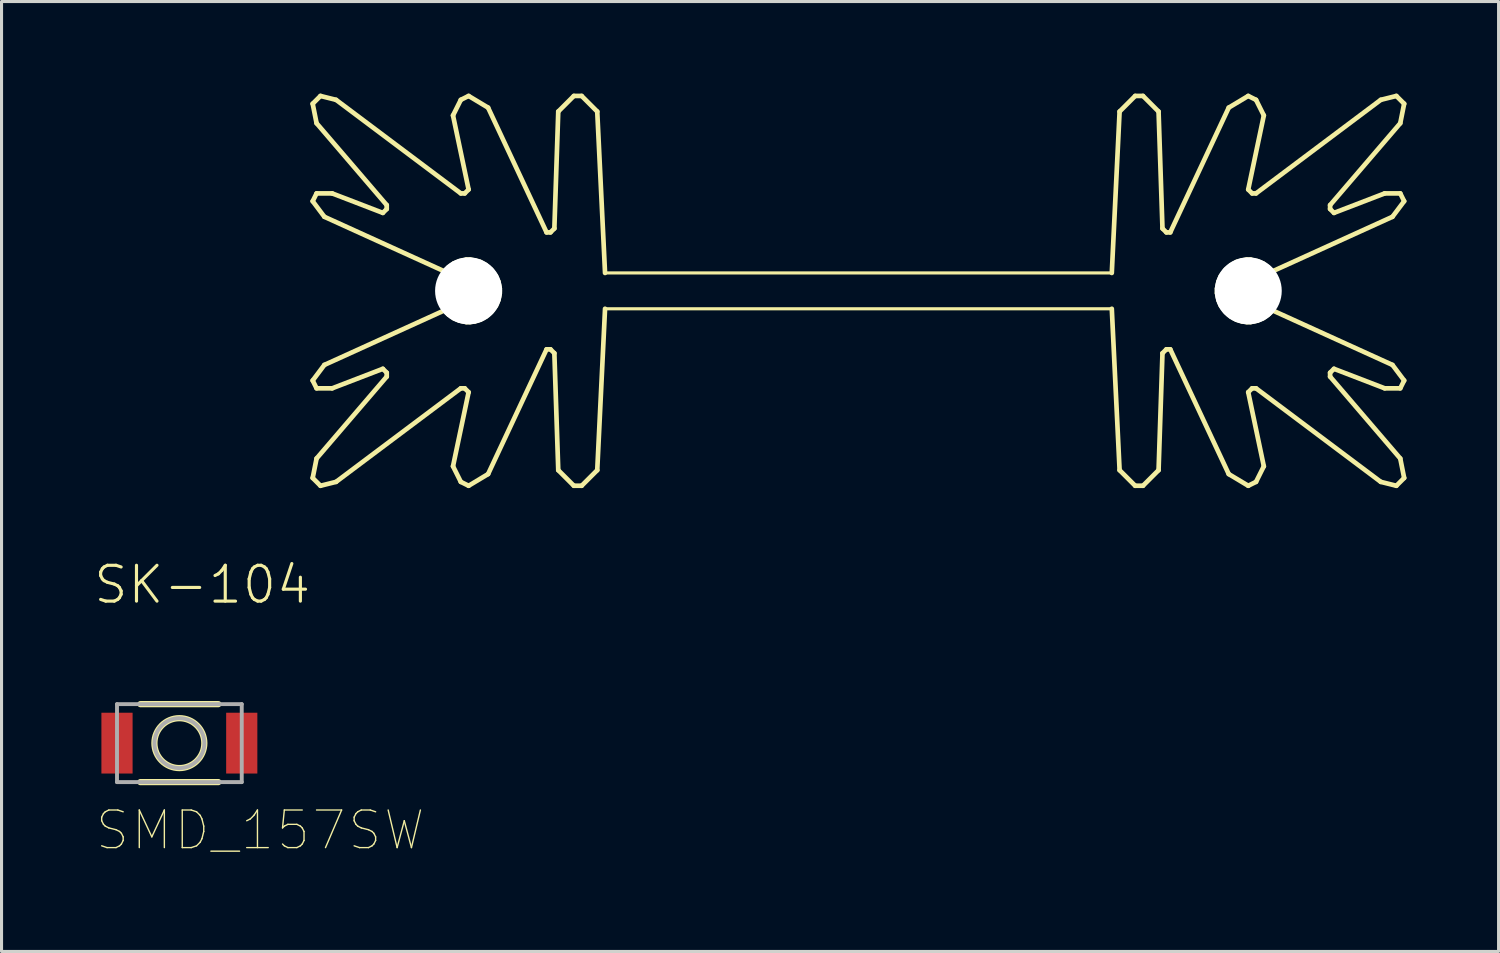
<source format=kicad_pcb>
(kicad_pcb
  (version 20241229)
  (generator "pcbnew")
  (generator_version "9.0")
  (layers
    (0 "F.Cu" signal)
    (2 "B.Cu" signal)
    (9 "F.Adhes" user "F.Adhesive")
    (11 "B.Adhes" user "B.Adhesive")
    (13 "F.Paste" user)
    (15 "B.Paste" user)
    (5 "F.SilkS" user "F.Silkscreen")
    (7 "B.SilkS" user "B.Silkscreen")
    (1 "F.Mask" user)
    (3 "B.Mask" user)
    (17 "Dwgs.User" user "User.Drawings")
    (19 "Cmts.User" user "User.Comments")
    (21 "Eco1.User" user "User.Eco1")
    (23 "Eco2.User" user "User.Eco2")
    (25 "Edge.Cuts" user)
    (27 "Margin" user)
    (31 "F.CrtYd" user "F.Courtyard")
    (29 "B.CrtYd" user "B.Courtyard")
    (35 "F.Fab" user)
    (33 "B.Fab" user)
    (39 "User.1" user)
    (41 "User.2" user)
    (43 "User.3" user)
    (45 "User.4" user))
  (footprint "SK-104"
    (layer "F.Cu")
    (at 24.917 6.426)
    (property "Reference" "SK-104" (at -17.78 8.89 0) (unlocked yes) (layer "F.SilkS") (effects (font (size 1.168 1.168) (thickness 0.102)) (justify right top)))
    (fp_line (start -17.78 -6.096) (end -17.653 -5.461) (stroke (width 0.152) (type solid)) (layer "F.SilkS"))
    (fp_line (start -17.78 -2.921) (end -17.653 -3.175) (stroke (width 0.152) (type solid)) (layer "F.SilkS"))
    (fp_line (start -17.78 -2.921) (end -17.399 -2.413) (stroke (width 0.152) (type solid)) (layer "F.SilkS"))
    (fp_line (start -17.78 2.921) (end -17.653 3.175) (stroke (width 0.152) (type solid)) (layer "F.SilkS"))
    (fp_line (start -17.78 2.921) (end -17.399 2.413) (stroke (width 0.152) (type solid)) (layer "F.SilkS"))
    (fp_line (start -17.78 6.096) (end -17.653 5.461) (stroke (width 0.152) (type solid)) (layer "F.SilkS"))
    (fp_line (start -17.653 -3.175) (end -17.145 -3.175) (stroke (width 0.152) (type solid)) (layer "F.SilkS"))
    (fp_line (start -17.653 3.175) (end -17.145 3.175) (stroke (width 0.152) (type solid)) (layer "F.SilkS"))
    (fp_line (start -17.526 -6.35) (end -17.78 -6.096) (stroke (width 0.152) (type solid)) (layer "F.SilkS"))
    (fp_line (start -17.526 6.35) (end -17.78 6.096) (stroke (width 0.152) (type solid)) (layer "F.SilkS"))
    (fp_line (start -17.399 -2.413) (end -13.487 -0.635) (stroke (width 0.152) (type solid)) (layer "F.SilkS"))
    (fp_line (start -17.399 2.413) (end -13.487 0.635) (stroke (width 0.152) (type solid)) (layer "F.SilkS"))
    (fp_line (start -17.018 -6.223) (end -17.526 -6.35) (stroke (width 0.152) (type solid)) (layer "F.SilkS"))
    (fp_line (start -17.018 6.223) (end -17.526 6.35) (stroke (width 0.152) (type solid)) (layer "F.SilkS"))
    (fp_line (start -15.494 -2.54) (end -17.145 -3.175) (stroke (width 0.152) (type solid)) (layer "F.SilkS"))
    (fp_line (start -15.494 2.54) (end -17.145 3.175) (stroke (width 0.152) (type solid)) (layer "F.SilkS"))
    (fp_line (start -15.367 -2.794) (end -17.653 -5.461) (stroke (width 0.152) (type solid)) (layer "F.SilkS"))
    (fp_line (start -15.367 -2.667) (end -15.494 -2.54) (stroke (width 0.152) (type solid)) (layer "F.SilkS"))
    (fp_line (start -15.367 -2.667) (end -15.367 -2.794) (stroke (width 0.152) (type solid)) (layer "F.SilkS"))
    (fp_line (start -15.367 2.667) (end -15.494 2.54) (stroke (width 0.152) (type solid)) (layer "F.SilkS"))
    (fp_line (start -15.367 2.667) (end -15.367 2.794) (stroke (width 0.152) (type solid)) (layer "F.SilkS"))
    (fp_line (start -15.367 2.794) (end -17.653 5.461) (stroke (width 0.152) (type solid)) (layer "F.SilkS"))
    (fp_line (start -13.487 -0.635) (end -13.36 -0.762) (stroke (width 0.152) (type solid)) (layer "F.SilkS"))
    (fp_line (start -13.487 0.635) (end -13.36 0.762) (stroke (width 0.152) (type solid)) (layer "F.SilkS"))
    (fp_line (start -13.36 -0.762) (end -13.183 -0.889) (stroke (width 0.152) (type solid)) (layer "F.SilkS"))
    (fp_line (start -13.36 0.762) (end -13.183 0.889) (stroke (width 0.152) (type solid)) (layer "F.SilkS"))
    (fp_line (start -13.183 -0.889) (end -13.005 -0.965) (stroke (width 0.152) (type solid)) (layer "F.SilkS"))
    (fp_line (start -13.183 0.889) (end -13.005 0.965) (stroke (width 0.152) (type solid)) (layer "F.SilkS"))
    (fp_line (start -13.005 -0.965) (end -12.776 -1.016) (stroke (width 0.152) (type solid)) (layer "F.SilkS"))
    (fp_line (start -13.005 0.965) (end -12.776 1.016) (stroke (width 0.152) (type solid)) (layer "F.SilkS"))
    (fp_line (start -12.954 -6.223) (end -13.208 -5.715) (stroke (width 0.152) (type solid)) (layer "F.SilkS"))
    (fp_line (start -12.954 -3.175) (end -17.018 -6.223) (stroke (width 0.152) (type solid)) (layer "F.SilkS"))
    (fp_line (start -12.954 3.175) (end -17.018 6.223) (stroke (width 0.152) (type solid)) (layer "F.SilkS"))
    (fp_line (start -12.954 6.223) (end -13.208 5.715) (stroke (width 0.152) (type solid)) (layer "F.SilkS"))
    (fp_line (start -12.827 -3.175) (end -12.954 -3.175) (stroke (width 0.152) (type solid)) (layer "F.SilkS"))
    (fp_line (start -12.827 -3.175) (end -12.7 -3.302) (stroke (width 0.152) (type solid)) (layer "F.SilkS"))
    (fp_line (start -12.827 3.175) (end -12.954 3.175) (stroke (width 0.152) (type solid)) (layer "F.SilkS"))
    (fp_line (start -12.827 3.175) (end -12.7 3.302) (stroke (width 0.152) (type solid)) (layer "F.SilkS"))
    (fp_line (start -12.776 -1.016) (end -12.649 -1.016) (stroke (width 0.152) (type solid)) (layer "F.SilkS"))
    (fp_line (start -12.776 1.016) (end -12.649 1.016) (stroke (width 0.152) (type solid)) (layer "F.SilkS"))
    (fp_line (start -12.7 -6.35) (end -12.954 -6.223) (stroke (width 0.152) (type solid)) (layer "F.SilkS"))
    (fp_line (start -12.7 -3.302) (end -13.208 -5.715) (stroke (width 0.152) (type solid)) (layer "F.SilkS"))
    (fp_line (start -12.7 3.302) (end -13.208 5.715) (stroke (width 0.152) (type solid)) (layer "F.SilkS"))
    (fp_line (start -12.7 6.35) (end -12.954 6.223) (stroke (width 0.152) (type solid)) (layer "F.SilkS"))
    (fp_line (start -12.649 -1.016) (end -12.497 -0.991) (stroke (width 0.152) (type solid)) (layer "F.SilkS"))
    (fp_line (start -12.649 1.016) (end -12.497 0.991) (stroke (width 0.152) (type solid)) (layer "F.SilkS"))
    (fp_line (start -12.497 -0.991) (end -12.319 -0.94) (stroke (width 0.152) (type solid)) (layer "F.SilkS"))
    (fp_line (start -12.497 0.991) (end -12.319 0.94) (stroke (width 0.152) (type solid)) (layer "F.SilkS"))
    (fp_line (start -12.319 -0.94) (end -12.141 -0.838) (stroke (width 0.152) (type solid)) (layer "F.SilkS"))
    (fp_line (start -12.319 0.94) (end -12.141 0.838) (stroke (width 0.152) (type solid)) (layer "F.SilkS"))
    (fp_line (start -12.141 -0.838) (end -11.963 -0.686) (stroke (width 0.152) (type solid)) (layer "F.SilkS"))
    (fp_line (start -12.141 0.838) (end -11.963 0.686) (stroke (width 0.152) (type solid)) (layer "F.SilkS"))
    (fp_line (start -12.065 -5.969) (end -12.7 -6.35) (stroke (width 0.152) (type solid)) (layer "F.SilkS"))
    (fp_line (start -12.065 5.969) (end -12.7 6.35) (stroke (width 0.152) (type solid)) (layer "F.SilkS"))
    (fp_line (start -11.963 -0.686) (end -11.811 -0.483) (stroke (width 0.152) (type solid)) (layer "F.SilkS"))
    (fp_line (start -11.963 0.686) (end -11.811 0.483) (stroke (width 0.152) (type solid)) (layer "F.SilkS"))
    (fp_line (start -11.811 -0.483) (end -11.735 -0.305) (stroke (width 0.152) (type solid)) (layer "F.SilkS"))
    (fp_line (start -11.811 0.483) (end -11.735 0.305) (stroke (width 0.152) (type solid)) (layer "F.SilkS"))
    (fp_line (start -11.735 -0.305) (end -11.684 -0.076) (stroke (width 0.152) (type solid)) (layer "F.SilkS"))
    (fp_line (start -11.735 0.305) (end -11.684 0.076) (stroke (width 0.152) (type solid)) (layer "F.SilkS"))
    (fp_line (start -11.684 -0.076) (end -11.684 0.076) (stroke (width 0.152) (type solid)) (layer "F.SilkS"))
    (fp_line (start -10.16 -1.905) (end -12.065 -5.969) (stroke (width 0.152) (type solid)) (layer "F.SilkS"))
    (fp_line (start -10.16 -1.905) (end -10.033 -1.905) (stroke (width 0.152) (type solid)) (layer "F.SilkS"))
    (fp_line (start -10.16 1.905) (end -12.065 5.969) (stroke (width 0.152) (type solid)) (layer "F.SilkS"))
    (fp_line (start -10.16 1.905) (end -10.033 1.905) (stroke (width 0.152) (type solid)) (layer "F.SilkS"))
    (fp_line (start -10.033 -1.905) (end -9.906 -2.032) (stroke (width 0.152) (type solid)) (layer "F.SilkS"))
    (fp_line (start -10.033 1.905) (end -9.906 2.032) (stroke (width 0.152) (type solid)) (layer "F.SilkS"))
    (fp_line (start -9.906 -2.032) (end -9.779 -5.842) (stroke (width 0.152) (type solid)) (layer "F.SilkS"))
    (fp_line (start -9.906 2.032) (end -9.779 5.842) (stroke (width 0.152) (type solid)) (layer "F.SilkS"))
    (fp_line (start -9.271 -6.35) (end -9.779 -5.842) (stroke (width 0.152) (type solid)) (layer "F.SilkS"))
    (fp_line (start -9.271 -6.35) (end -9.017 -6.35) (stroke (width 0.152) (type solid)) (layer "F.SilkS"))
    (fp_line (start -9.271 6.35) (end -9.779 5.842) (stroke (width 0.152) (type solid)) (layer "F.SilkS"))
    (fp_line (start -9.271 6.35) (end -9.017 6.35) (stroke (width 0.152) (type solid)) (layer "F.SilkS"))
    (fp_line (start -9.017 -6.35) (end -8.509 -5.842) (stroke (width 0.152) (type solid)) (layer "F.SilkS"))
    (fp_line (start -9.017 6.35) (end -8.509 5.842) (stroke (width 0.152) (type solid)) (layer "F.SilkS"))
    (fp_line (start -8.255 -0.584) (end -8.509 -5.842) (stroke (width 0.152) (type solid)) (layer "F.SilkS"))
    (fp_line (start -8.255 0.584) (end -8.509 5.842) (stroke (width 0.152) (type solid)) (layer "F.SilkS"))
    (fp_line (start 8.255 -0.584) (end 8.509 -5.842) (stroke (width 0.152) (type solid)) (layer "F.SilkS"))
    (fp_line (start 8.255 0.584) (end 8.509 5.842) (stroke (width 0.152) (type solid)) (layer "F.SilkS"))
    (fp_line (start 9.017 -6.35) (end 8.509 -5.842) (stroke (width 0.152) (type solid)) (layer "F.SilkS"))
    (fp_line (start 9.017 6.35) (end 8.509 5.842) (stroke (width 0.152) (type solid)) (layer "F.SilkS"))
    (fp_line (start 9.271 -6.35) (end 9.017 -6.35) (stroke (width 0.152) (type solid)) (layer "F.SilkS"))
    (fp_line (start 9.271 -6.35) (end 9.779 -5.842) (stroke (width 0.152) (type solid)) (layer "F.SilkS"))
    (fp_line (start 9.271 6.35) (end 9.017 6.35) (stroke (width 0.152) (type solid)) (layer "F.SilkS"))
    (fp_line (start 9.271 6.35) (end 9.779 5.842) (stroke (width 0.152) (type solid)) (layer "F.SilkS"))
    (fp_line (start 9.906 -2.032) (end 9.779 -5.842) (stroke (width 0.152) (type solid)) (layer "F.SilkS"))
    (fp_line (start 9.906 2.032) (end 9.779 5.842) (stroke (width 0.152) (type solid)) (layer "F.SilkS"))
    (fp_line (start 10.033 -1.905) (end 9.906 -2.032) (stroke (width 0.152) (type solid)) (layer "F.SilkS"))
    (fp_line (start 10.033 1.905) (end 9.906 2.032) (stroke (width 0.152) (type solid)) (layer "F.SilkS"))
    (fp_line (start 10.16 -1.905) (end 10.033 -1.905) (stroke (width 0.152) (type solid)) (layer "F.SilkS"))
    (fp_line (start 10.16 -1.905) (end 12.065 -5.969) (stroke (width 0.152) (type solid)) (layer "F.SilkS"))
    (fp_line (start 10.16 1.905) (end 10.033 1.905) (stroke (width 0.152) (type solid)) (layer "F.SilkS"))
    (fp_line (start 10.16 1.905) (end 12.065 5.969) (stroke (width 0.152) (type solid)) (layer "F.SilkS"))
    (fp_line (start 11.684 0.076) (end 11.684 -0.076) (stroke (width 0.152) (type solid)) (layer "F.SilkS"))
    (fp_line (start 11.735 -0.305) (end 11.684 -0.076) (stroke (width 0.152) (type solid)) (layer "F.SilkS"))
    (fp_line (start 11.735 0.305) (end 11.684 0.076) (stroke (width 0.152) (type solid)) (layer "F.SilkS"))
    (fp_line (start 11.811 -0.483) (end 11.735 -0.305) (stroke (width 0.152) (type solid)) (layer "F.SilkS"))
    (fp_line (start 11.811 0.483) (end 11.735 0.305) (stroke (width 0.152) (type solid)) (layer "F.SilkS"))
    (fp_line (start 11.963 -0.686) (end 11.811 -0.483) (stroke (width 0.152) (type solid)) (layer "F.SilkS"))
    (fp_line (start 11.963 0.686) (end 11.811 0.483) (stroke (width 0.152) (type solid)) (layer "F.SilkS"))
    (fp_line (start 12.065 -5.969) (end 12.7 -6.35) (stroke (width 0.152) (type solid)) (layer "F.SilkS"))
    (fp_line (start 12.065 5.969) (end 12.7 6.35) (stroke (width 0.152) (type solid)) (layer "F.SilkS"))
    (fp_line (start 12.141 -0.838) (end 11.963 -0.686) (stroke (width 0.152) (type solid)) (layer "F.SilkS"))
    (fp_line (start 12.141 0.838) (end 11.963 0.686) (stroke (width 0.152) (type solid)) (layer "F.SilkS"))
    (fp_line (start 12.319 -0.94) (end 12.141 -0.838) (stroke (width 0.152) (type solid)) (layer "F.SilkS"))
    (fp_line (start 12.319 0.94) (end 12.141 0.838) (stroke (width 0.152) (type solid)) (layer "F.SilkS"))
    (fp_line (start 12.497 -0.991) (end 12.319 -0.94) (stroke (width 0.152) (type solid)) (layer "F.SilkS"))
    (fp_line (start 12.497 0.991) (end 12.319 0.94) (stroke (width 0.152) (type solid)) (layer "F.SilkS"))
    (fp_line (start 12.649 -1.016) (end 12.497 -0.991) (stroke (width 0.152) (type solid)) (layer "F.SilkS"))
    (fp_line (start 12.649 1.016) (end 12.497 0.991) (stroke (width 0.152) (type solid)) (layer "F.SilkS"))
    (fp_line (start 12.7 -6.35) (end 12.954 -6.223) (stroke (width 0.152) (type solid)) (layer "F.SilkS"))
    (fp_line (start 12.7 -3.302) (end 13.208 -5.715) (stroke (width 0.152) (type solid)) (layer "F.SilkS"))
    (fp_line (start 12.7 3.302) (end 13.208 5.715) (stroke (width 0.152) (type solid)) (layer "F.SilkS"))
    (fp_line (start 12.7 6.35) (end 12.954 6.223) (stroke (width 0.152) (type solid)) (layer "F.SilkS"))
    (fp_line (start 12.776 -1.016) (end 12.649 -1.016) (stroke (width 0.152) (type solid)) (layer "F.SilkS"))
    (fp_line (start 12.776 1.016) (end 12.649 1.016) (stroke (width 0.152) (type solid)) (layer "F.SilkS"))
    (fp_line (start 12.827 -3.175) (end 12.7 -3.302) (stroke (width 0.152) (type solid)) (layer "F.SilkS"))
    (fp_line (start 12.827 -3.175) (end 12.954 -3.175) (stroke (width 0.152) (type solid)) (layer "F.SilkS"))
    (fp_line (start 12.827 3.175) (end 12.7 3.302) (stroke (width 0.152) (type solid)) (layer "F.SilkS"))
    (fp_line (start 12.827 3.175) (end 12.954 3.175) (stroke (width 0.152) (type solid)) (layer "F.SilkS"))
    (fp_line (start 12.954 -6.223) (end 13.208 -5.715) (stroke (width 0.152) (type solid)) (layer "F.SilkS"))
    (fp_line (start 12.954 -3.175) (end 17.018 -6.223) (stroke (width 0.152) (type solid)) (layer "F.SilkS"))
    (fp_line (start 12.954 3.175) (end 17.018 6.223) (stroke (width 0.152) (type solid)) (layer "F.SilkS"))
    (fp_line (start 12.954 6.223) (end 13.208 5.715) (stroke (width 0.152) (type solid)) (layer "F.SilkS"))
    (fp_line (start 13.005 -0.965) (end 12.776 -1.016) (stroke (width 0.152) (type solid)) (layer "F.SilkS"))
    (fp_line (start 13.005 0.965) (end 12.776 1.016) (stroke (width 0.152) (type solid)) (layer "F.SilkS"))
    (fp_line (start 13.183 -0.889) (end 13.005 -0.965) (stroke (width 0.152) (type solid)) (layer "F.SilkS"))
    (fp_line (start 13.183 0.889) (end 13.005 0.965) (stroke (width 0.152) (type solid)) (layer "F.SilkS"))
    (fp_line (start 13.36 -0.762) (end 13.183 -0.889) (stroke (width 0.152) (type solid)) (layer "F.SilkS"))
    (fp_line (start 13.36 0.762) (end 13.183 0.889) (stroke (width 0.152) (type solid)) (layer "F.SilkS"))
    (fp_line (start 13.487 -0.635) (end 13.36 -0.762) (stroke (width 0.152) (type solid)) (layer "F.SilkS"))
    (fp_line (start 13.487 0.635) (end 13.36 0.762) (stroke (width 0.152) (type solid)) (layer "F.SilkS"))
    (fp_line (start 15.367 -2.794) (end 17.653 -5.461) (stroke (width 0.152) (type solid)) (layer "F.SilkS"))
    (fp_line (start 15.367 -2.667) (end 15.367 -2.794) (stroke (width 0.152) (type solid)) (layer "F.SilkS"))
    (fp_line (start 15.367 -2.667) (end 15.494 -2.54) (stroke (width 0.152) (type solid)) (layer "F.SilkS"))
    (fp_line (start 15.367 2.667) (end 15.367 2.794) (stroke (width 0.152) (type solid)) (layer "F.SilkS"))
    (fp_line (start 15.367 2.667) (end 15.494 2.54) (stroke (width 0.152) (type solid)) (layer "F.SilkS"))
    (fp_line (start 15.367 2.794) (end 17.653 5.461) (stroke (width 0.152) (type solid)) (layer "F.SilkS"))
    (fp_line (start 15.494 -2.54) (end 17.145 -3.175) (stroke (width 0.152) (type solid)) (layer "F.SilkS"))
    (fp_line (start 15.494 2.54) (end 17.145 3.175) (stroke (width 0.152) (type solid)) (layer "F.SilkS"))
    (fp_line (start 17.018 -6.223) (end 17.526 -6.35) (stroke (width 0.152) (type solid)) (layer "F.SilkS"))
    (fp_line (start 17.018 6.223) (end 17.526 6.35) (stroke (width 0.152) (type solid)) (layer "F.SilkS"))
    (fp_line (start 17.399 -2.413) (end 13.487 -0.635) (stroke (width 0.152) (type solid)) (layer "F.SilkS"))
    (fp_line (start 17.399 2.413) (end 13.487 0.635) (stroke (width 0.152) (type solid)) (layer "F.SilkS"))
    (fp_line (start 17.526 -6.35) (end 17.78 -6.096) (stroke (width 0.152) (type solid)) (layer "F.SilkS"))
    (fp_line (start 17.526 6.35) (end 17.78 6.096) (stroke (width 0.152) (type solid)) (layer "F.SilkS"))
    (fp_line (start 17.653 -3.175) (end 17.145 -3.175) (stroke (width 0.152) (type solid)) (layer "F.SilkS"))
    (fp_line (start 17.653 3.175) (end 17.145 3.175) (stroke (width 0.152) (type solid)) (layer "F.SilkS"))
    (fp_line (start 17.78 -6.096) (end 17.653 -5.461) (stroke (width 0.152) (type solid)) (layer "F.SilkS"))
    (fp_line (start 17.78 -2.921) (end 17.399 -2.413) (stroke (width 0.152) (type solid)) (layer "F.SilkS"))
    (fp_line (start 17.78 -2.921) (end 17.653 -3.175) (stroke (width 0.152) (type solid)) (layer "F.SilkS"))
    (fp_line (start 17.78 2.921) (end 17.399 2.413) (stroke (width 0.152) (type solid)) (layer "F.SilkS"))
    (fp_line (start 17.78 2.921) (end 17.653 3.175) (stroke (width 0.152) (type solid)) (layer "F.SilkS"))
    (fp_line (start 17.78 6.096) (end 17.653 5.461) (stroke (width 0.152) (type solid)) (layer "F.SilkS"))
    (fp_poly (pts (xy -8.255 -0.533) (xy 8.255 -0.533) (xy 8.255 -0.635) (xy -8.255 -0.635)) (stroke (width 0) (type default)) (fill yes) (layer "F.SilkS"))
    (fp_poly (pts (xy -8.255 0.635) (xy 8.255 0.635) (xy 8.255 0.533) (xy -8.255 0.533)) (stroke (width 0) (type default)) (fill yes) (layer "F.SilkS"))
    (pad "" np_thru_hole circle (at -12.7 0) (size 2.184 2.184) (drill 2.184) (layers "*.Cu" "*.Mask"))
    (pad "" np_thru_hole circle (at 12.7 0) (size 2.184 2.184) (drill 2.184) (layers "*.Cu" "*.Mask")))
  (footprint "SMD_157SW"
    (layer "F.Cu")
    (at 2.794 21.161)
    (property "Reference" "SMD_157SW" (at -2.794 3.556 0) (unlocked yes) (layer "F.SilkS") (effects (font (size 1.225 1.225) (thickness 0.045)) (justify left bottom)))
    (fp_line (start -1.27 -1.27) (end 1.27 -1.27) (stroke (width 0.203) (type solid)) (layer "F.SilkS"))
    (fp_line (start -1.27 1.27) (end 1.27 1.27) (stroke (width 0.203) (type solid)) (layer "F.SilkS"))
    (fp_circle (center 0 0) (end 0.813 0) (stroke (width 0.203) (type solid)) (fill no) (layer "F.SilkS"))
    (fp_line (start -2.032 -1.27) (end 2.032 -1.27) (stroke (width 0.127) (type solid)) (layer "F.Fab"))
    (fp_line (start -2.032 1.27) (end -2.032 -1.27) (stroke (width 0.127) (type solid)) (layer "F.Fab"))
    (fp_line (start 2.032 -1.27) (end 2.032 1.27) (stroke (width 0.127) (type solid)) (layer "F.Fab"))
    (fp_line (start 2.032 1.27) (end -2.032 1.27) (stroke (width 0.127) (type solid)) (layer "F.Fab"))
    (fp_circle (center 0 0) (end 0.813 0) (stroke (width 0.127) (type solid)) (fill no) (layer "F.Fab"))
    (pad "1" smd rect (at -2.032 0) (size 1.016 1.981) (layers "F.Cu" "F.Mask" "F.Paste"))
    (pad "2" smd rect (at 2.032 0) (size 1.016 1.981) (layers "F.Cu" "F.Mask" "F.Paste")))
  (gr_rect
    (start -3 -3)
    (end 45.773 27.948)
    (stroke (width 0.1) (type default))
    (fill no)
    (layer "Edge.Cuts")))
</source>
